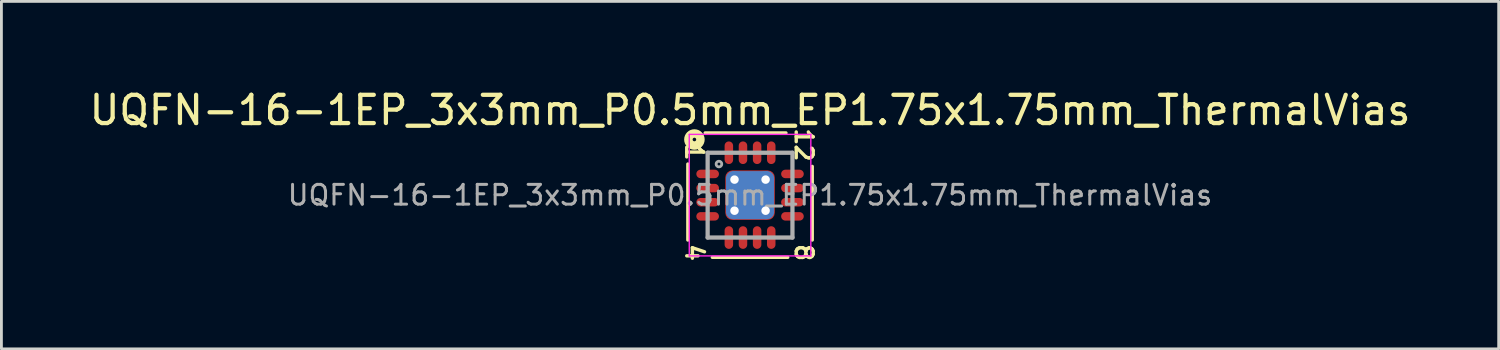
<source format=kicad_pcb>
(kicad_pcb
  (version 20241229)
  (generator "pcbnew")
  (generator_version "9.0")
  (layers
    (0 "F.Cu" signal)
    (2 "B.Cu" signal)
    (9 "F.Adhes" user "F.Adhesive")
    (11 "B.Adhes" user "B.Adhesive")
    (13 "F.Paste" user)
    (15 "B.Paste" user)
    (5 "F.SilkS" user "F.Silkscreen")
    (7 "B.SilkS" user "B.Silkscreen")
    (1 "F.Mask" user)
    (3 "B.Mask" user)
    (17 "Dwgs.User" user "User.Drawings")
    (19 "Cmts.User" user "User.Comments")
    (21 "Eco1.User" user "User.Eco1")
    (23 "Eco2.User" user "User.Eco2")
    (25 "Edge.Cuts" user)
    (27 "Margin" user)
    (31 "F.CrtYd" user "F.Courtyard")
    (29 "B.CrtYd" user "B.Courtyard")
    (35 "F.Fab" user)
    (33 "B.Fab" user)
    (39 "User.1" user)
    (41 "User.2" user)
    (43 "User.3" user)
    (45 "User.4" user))
  (footprint "UQFN-16-1EP_3x3mm_P0.5mm_EP1.75x1.75mm_ThermalVias"
    (layer "F.Cu")
    (at 23.482 3.853)
    (property "Reference" "UQFN-16-1EP_3x3mm_P0.5mm_EP1.75x1.75mm_ThermalVias" (at 0 -3.005 0) (layer "F.SilkS") (effects (font (size 1 1) (thickness 0.15))))
    (attr smd)
    (fp_line (start -2.2 1.587) (end -2.2 -1.1) (stroke (width 0.12) (type solid)) (layer "F.SilkS"))
    (fp_line (start -1.587 -2.2) (end 1.27 -2.2) (stroke (width 0.12) (type solid)) (layer "F.SilkS"))
    (fp_line (start 1.333 2.2) (end -1.333 2.2) (stroke (width 0.12) (type solid)) (layer "F.SilkS"))
    (fp_line (start 2.2 -1.016) (end 2.2 1.587) (stroke (width 0.12) (type solid)) (layer "F.SilkS"))
    (fp_circle (center -1.968 -1.968) (end -1.905 -1.968) (stroke (width 0.3) (type solid)) (fill no) (layer "F.SilkS"))
    (fp_line (start -2.15 -2.15) (end -2.15 2.15) (stroke (width 0.05) (type solid)) (layer "F.CrtYd"))
    (fp_line (start -2.15 -2.15) (end 2.15 -2.15) (stroke (width 0.05) (type solid)) (layer "F.CrtYd"))
    (fp_line (start -2.15 2.15) (end 2.15 2.15) (stroke (width 0.05) (type solid)) (layer "F.CrtYd"))
    (fp_line (start 2.15 -2.15) (end 2.15 2.15) (stroke (width 0.05) (type solid)) (layer "F.CrtYd"))
    (fp_line (start -1.5 -1.5) (end 1.5 -1.5) (stroke (width 0.15) (type solid)) (layer "F.Fab"))
    (fp_line (start -1.5 1.5) (end -1.5 -1.5) (stroke (width 0.15) (type solid)) (layer "F.Fab"))
    (fp_line (start 1.5 -1.5) (end 1.5 1.5) (stroke (width 0.15) (type solid)) (layer "F.Fab"))
    (fp_line (start 1.5 1.5) (end -1.5 1.5) (stroke (width 0.15) (type solid)) (layer "F.Fab"))
    (fp_circle (center -1.1 -1.1) (end -1 -1.1) (stroke (width 0.1) (type solid)) (fill no) (layer "F.Fab"))
    (fp_text user "8" (at 1.905 2.032 270) (unlocked yes) (layer "F.SilkS") (effects (font (size 0.6 0.6) (thickness 0.12))))
    (fp_text user "12" (at 1.905 -1.778 270) (unlocked yes) (layer "F.SilkS") (effects (font (size 0.6 0.6) (thickness 0.12))))
    (fp_text user "4" (at -1.968 2.032 270) (unlocked yes) (layer "F.SilkS") (effects (font (size 0.6 0.6) (thickness 0.12))))
    (fp_text user "1" (at -1.968 -1.524 270) (unlocked yes) (layer "F.SilkS") (effects (font (size 0.6 0.6) (thickness 0.12))))
    (fp_text user "${REFERENCE}" (at 0 0 0) (layer "F.Fab") (effects (font (size 0.7 0.7) (thickness 0.105))))
    (pad "" smd roundrect (at -0.444 -0.444) (size 0.688 0.688) (layers "F.Paste") (roundrect_rratio 0.25))
    (pad "" smd roundrect (at -0.444 0.444) (size 0.688 0.688) (layers "F.Paste") (roundrect_rratio 0.25))
    (pad "" smd roundrect (at 0.444 -0.444) (size 0.688 0.688) (layers "F.Paste") (roundrect_rratio 0.25))
    (pad "" smd roundrect (at 0.444 0.444) (size 0.688 0.688) (layers "F.Paste") (roundrect_rratio 0.25))
    (pad "1" smd oval (at -1.5 -0.75) (size 0.8 0.3) (layers "F.Cu" "F.Mask" "F.Paste"))
    (pad "2" smd oval (at -1.5 -0.25) (size 0.8 0.3) (layers "F.Cu" "F.Mask" "F.Paste"))
    (pad "3" smd oval (at -1.5 0.25) (size 0.8 0.3) (layers "F.Cu" "F.Mask" "F.Paste"))
    (pad "4" smd oval (at -1.5 0.75) (size 0.8 0.3) (layers "F.Cu" "F.Mask" "F.Paste"))
    (pad "5" smd oval (at -0.75 1.5 90) (size 0.8 0.3) (layers "F.Cu" "F.Mask" "F.Paste"))
    (pad "6" smd oval (at -0.25 1.5 90) (size 0.8 0.3) (layers "F.Cu" "F.Mask" "F.Paste"))
    (pad "7" smd oval (at 0.25 1.5 90) (size 0.8 0.3) (layers "F.Cu" "F.Mask" "F.Paste"))
    (pad "8" smd oval (at 0.75 1.5 90) (size 0.8 0.3) (layers "F.Cu" "F.Mask" "F.Paste"))
    (pad "9" smd oval (at 1.5 0.75) (size 0.8 0.3) (layers "F.Cu" "F.Mask" "F.Paste"))
    (pad "10" smd oval (at 1.5 0.25) (size 0.8 0.3) (layers "F.Cu" "F.Mask" "F.Paste"))
    (pad "11" smd oval (at 1.5 -0.25) (size 0.8 0.3) (layers "F.Cu" "F.Mask" "F.Paste"))
    (pad "12" smd oval (at 1.5 -0.75) (size 0.8 0.3) (layers "F.Cu" "F.Mask" "F.Paste"))
    (pad "13" smd oval (at 0.75 -1.5 90) (size 0.8 0.3) (layers "F.Cu" "F.Mask" "F.Paste"))
    (pad "14" smd oval (at 0.25 -1.5 90) (size 0.8 0.3) (layers "F.Cu" "F.Mask" "F.Paste"))
    (pad "15" smd oval (at -0.25 -1.5 90) (size 0.8 0.3) (layers "F.Cu" "F.Mask" "F.Paste"))
    (pad "16" smd oval (at -0.75 -1.5 90) (size 0.8 0.3) (layers "F.Cu" "F.Mask" "F.Paste"))
    (pad "17" thru_hole circle (at -0.55 -0.55) (size 0.6 0.6) (drill 0.3) (property pad_prop_heatsink) (layers "*.Cu"))
    (pad "17" thru_hole circle (at -0.55 0.55) (size 0.6 0.6) (drill 0.3) (property pad_prop_heatsink) (layers "*.Cu"))
    (pad "17" smd roundrect (at 0 0) (size 1.7 1.7) (layers "B.Cu" "B.Mask") (roundrect_rratio 0.147))
    (pad "17" smd roundrect (at 0 0) (size 1.75 1.75) (layers "F.Cu" "F.Mask") (roundrect_rratio 0.143))
    (pad "17" thru_hole circle (at 0.55 -0.55) (size 0.6 0.6) (drill 0.3) (property pad_prop_heatsink) (layers "*.Cu"))
    (pad "17" thru_hole circle (at 0.55 0.55) (size 0.6 0.6) (drill 0.3) (property pad_prop_heatsink) (layers "*.Cu")))
  (gr_rect
    (start -3 -3)
    (end 49.964 9.29)
    (stroke (width 0.1) (type default))
    (fill no)
    (layer "Edge.Cuts")))
</source>
